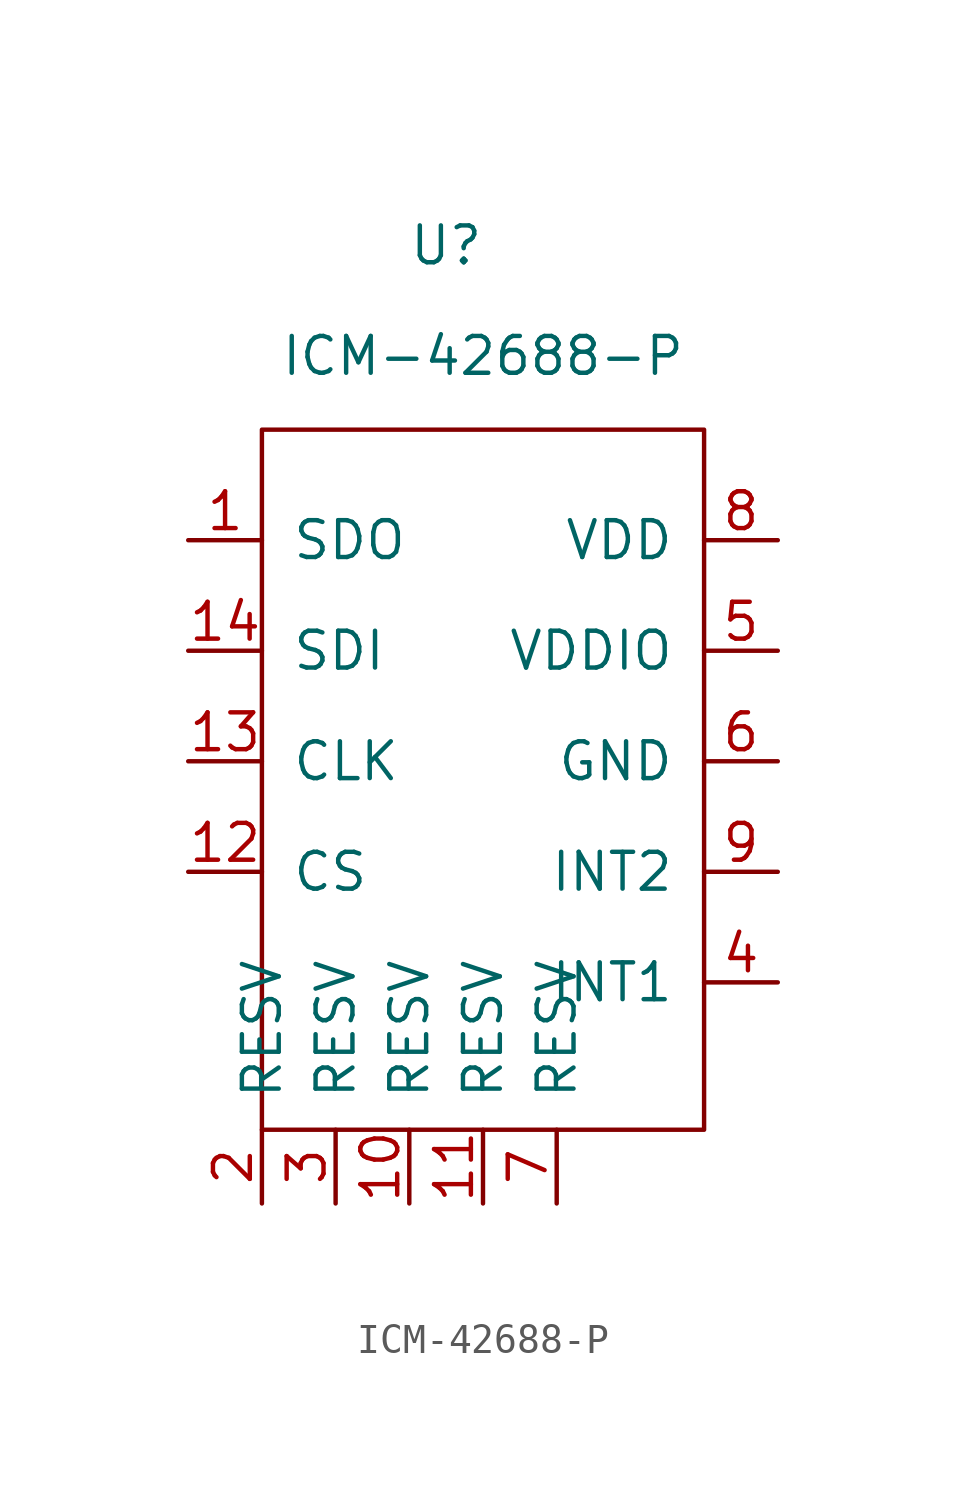
<source format=kicad_sym>
(kicad_symbol_lib
  (version 20241209)
  (generator "kicad_symbol_editor")
  (generator_version "9.0")
  (symbol "ICM-42688-P"
    (pin_names
      (offset 1.016))
    (property "Reference" "U"
      (at 8.89 26.67 0)
      (effects (font (size 1.27 1.27))))
    (property "Value" "ICM-42688-P"
      (at 10.16 22.86 0)
      (effects (font (size 1.27 1.27))))
    (symbol "ICM-42688-P_0_1"
      (rectangle (start 2.54 20.32) (end 17.78 -3.81) (stroke (width 0) (type default)) (fill (type none))))
    (symbol "ICM-42688-P_1_1"
      (pin input line (at 0 16.51 0) (length 2.54) (name "SDO" (effects (font (size 1.27 1.27)))) (number "1" (effects (font (size 1.27 1.27)))))
      (pin input line (at 0 12.7 0) (length 2.54) (name "SDI" (effects (font (size 1.27 1.27)))) (number "14" (effects (font (size 1.27 1.27)))))
      (pin input line (at 0 8.89 0) (length 2.54) (name "CLK" (effects (font (size 1.27 1.27)))) (number "13" (effects (font (size 1.27 1.27)))))
      (pin input line (at 0 5.08 0) (length 2.54) (name "CS" (effects (font (size 1.27 1.27)))) (number "12" (effects (font (size 1.27 1.27)))))
      (pin input line (at 2.54 -6.35 90) (length 2.54) (name "RESV" (effects (font (size 1.27 1.27)))) (number "2" (effects (font (size 1.27 1.27)))))
      (pin input line (at 5.08 -6.35 90) (length 2.54) (name "RESV" (effects (font (size 1.27 1.27)))) (number "3" (effects (font (size 1.27 1.27)))))
      (pin input line (at 7.62 -6.35 90) (length 2.54) (name "RESV" (effects (font (size 1.27 1.27)))) (number "10" (effects (font (size 1.27 1.27)))))
      (pin input line (at 10.16 -6.35 90) (length 2.54) (name "RESV" (effects (font (size 1.27 1.27)))) (number "11" (effects (font (size 1.27 1.27)))))
      (pin input line (at 12.7 -6.35 90) (length 2.54) (name "RESV" (effects (font (size 1.27 1.27)))) (number "7" (effects (font (size 1.27 1.27)))))
      (pin input line (at 20.32 16.51 180) (length 2.54) (name "VDD" (effects (font (size 1.27 1.27)))) (number "8" (effects (font (size 1.27 1.27)))))
      (pin input line (at 20.32 12.7 180) (length 2.54) (name "VDDIO" (effects (font (size 1.27 1.27)))) (number "5" (effects (font (size 1.27 1.27)))))
      (pin input line (at 20.32 8.89 180) (length 2.54) (name "GND" (effects (font (size 1.27 1.27)))) (number "6" (effects (font (size 1.27 1.27)))))
      (pin input line (at 20.32 5.08 180) (length 2.54) (name "INT2" (effects (font (size 1.27 1.27)))) (number "9" (effects (font (size 1.27 1.27)))))
      (pin input line (at 20.32 1.27 180) (length 2.54) (name "INT1" (effects (font (size 1.27 1.27)))) (number "4" (effects (font (size 1.27 1.27))))))))
</source>
